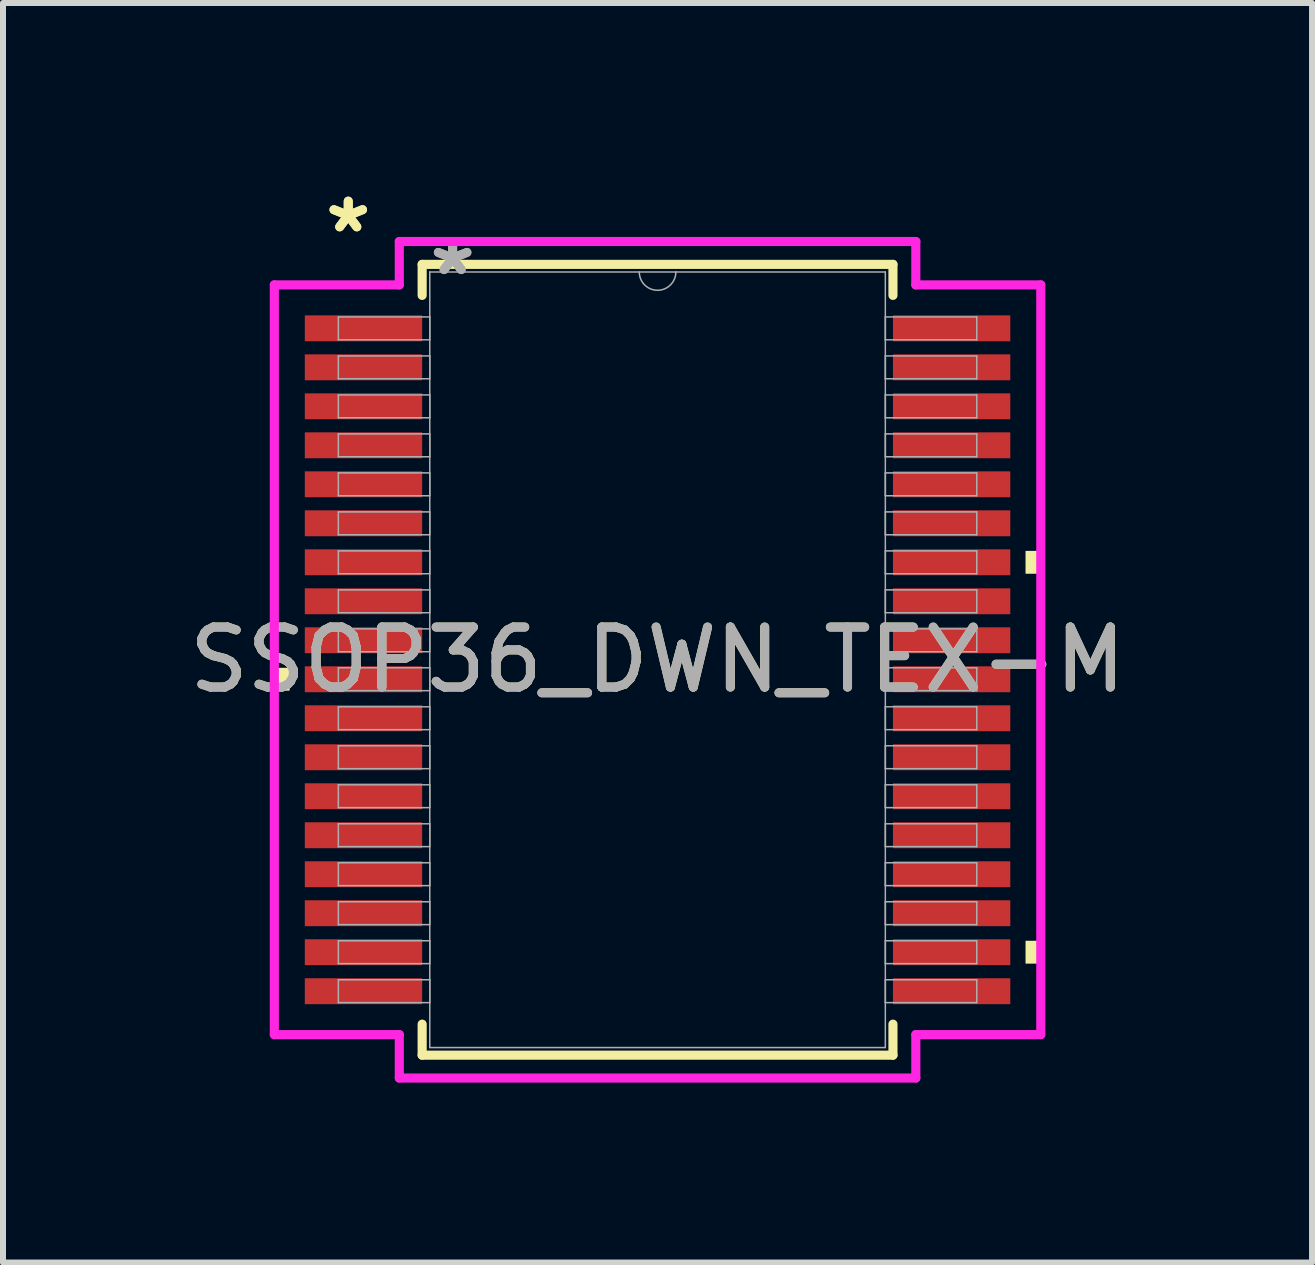
<source format=kicad_pcb>
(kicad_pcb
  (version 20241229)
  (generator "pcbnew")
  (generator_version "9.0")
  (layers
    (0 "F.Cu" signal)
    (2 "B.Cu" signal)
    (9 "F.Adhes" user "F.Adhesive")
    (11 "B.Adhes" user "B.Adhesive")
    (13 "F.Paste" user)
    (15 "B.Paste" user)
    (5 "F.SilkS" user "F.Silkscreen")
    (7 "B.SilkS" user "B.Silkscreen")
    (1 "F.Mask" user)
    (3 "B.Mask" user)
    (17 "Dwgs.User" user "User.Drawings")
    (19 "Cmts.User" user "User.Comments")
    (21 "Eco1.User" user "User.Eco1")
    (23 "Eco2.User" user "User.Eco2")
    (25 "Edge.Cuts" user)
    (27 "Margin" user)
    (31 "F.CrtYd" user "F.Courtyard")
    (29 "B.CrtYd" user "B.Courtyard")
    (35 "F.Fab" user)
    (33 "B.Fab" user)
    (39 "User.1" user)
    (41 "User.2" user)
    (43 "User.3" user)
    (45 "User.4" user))
  (footprint "SSOP36_DWN_TEX-M"
    (layer "F.Cu")
    (at 7.911 7.948)
    (property "Reference" "SSOP36_DWN_TEX-M" (at 0 0 0) (unlocked yes) (layer "F.SilkS") (effects (font (size 1 1) (thickness 0.15))))
    (attr smd)
    (fp_line (start -3.924 -6.591) (end -3.924 -6.074) (stroke (width 0.152) (type solid)) (layer "F.SilkS"))
    (fp_line (start -3.924 6.074) (end -3.924 6.591) (stroke (width 0.152) (type solid)) (layer "F.SilkS"))
    (fp_line (start -3.924 6.591) (end 3.924 6.591) (stroke (width 0.152) (type solid)) (layer "F.SilkS"))
    (fp_line (start 3.924 -6.591) (end -3.924 -6.591) (stroke (width 0.152) (type solid)) (layer "F.SilkS"))
    (fp_line (start 3.924 -6.074) (end 3.924 -6.591) (stroke (width 0.152) (type solid)) (layer "F.SilkS"))
    (fp_line (start 3.924 6.591) (end 3.924 6.074) (stroke (width 0.152) (type solid)) (layer "F.SilkS"))
    (fp_poly (pts (xy -6.388 0.134) (xy -6.388 0.515) (xy -6.134 0.515) (xy -6.134 0.134)) (stroke (width 0) (type solid)) (fill yes) (layer "F.SilkS"))
    (fp_poly (pts (xy 6.388 -1.815) (xy 6.388 -1.434) (xy 6.134 -1.434) (xy 6.134 -1.815)) (stroke (width 0) (type solid)) (fill yes) (layer "F.SilkS"))
    (fp_poly (pts (xy 6.388 4.684) (xy 6.388 5.065) (xy 6.134 5.065) (xy 6.134 4.684)) (stroke (width 0) (type solid)) (fill yes) (layer "F.SilkS"))
    (fp_line (start -6.388 -6.249) (end -4.305 -6.249) (stroke (width 0.152) (type solid)) (layer "F.CrtYd"))
    (fp_line (start -6.388 6.249) (end -6.388 -6.249) (stroke (width 0.152) (type solid)) (layer "F.CrtYd"))
    (fp_line (start -6.388 6.249) (end -4.305 6.249) (stroke (width 0.152) (type solid)) (layer "F.CrtYd"))
    (fp_line (start -4.305 -6.972) (end 4.305 -6.972) (stroke (width 0.152) (type solid)) (layer "F.CrtYd"))
    (fp_line (start -4.305 -6.249) (end -4.305 -6.972) (stroke (width 0.152) (type solid)) (layer "F.CrtYd"))
    (fp_line (start -4.305 6.972) (end -4.305 6.249) (stroke (width 0.152) (type solid)) (layer "F.CrtYd"))
    (fp_line (start 4.305 -6.972) (end 4.305 -6.249) (stroke (width 0.152) (type solid)) (layer "F.CrtYd"))
    (fp_line (start 4.305 6.249) (end 4.305 6.972) (stroke (width 0.152) (type solid)) (layer "F.CrtYd"))
    (fp_line (start 4.305 6.972) (end -4.305 6.972) (stroke (width 0.152) (type solid)) (layer "F.CrtYd"))
    (fp_line (start 6.388 -6.249) (end 4.305 -6.249) (stroke (width 0.152) (type solid)) (layer "F.CrtYd"))
    (fp_line (start 6.388 -6.249) (end 6.388 6.249) (stroke (width 0.152) (type solid)) (layer "F.CrtYd"))
    (fp_line (start 6.388 6.249) (end 4.305 6.249) (stroke (width 0.152) (type solid)) (layer "F.CrtYd"))
    (fp_line (start -5.321 -5.715) (end -5.321 -5.334) (stroke (width 0.025) (type solid)) (layer "F.Fab"))
    (fp_line (start -5.321 -5.334) (end -3.797 -5.334) (stroke (width 0.025) (type solid)) (layer "F.Fab"))
    (fp_line (start -5.321 -5.065) (end -5.321 -4.684) (stroke (width 0.025) (type solid)) (layer "F.Fab"))
    (fp_line (start -5.321 -4.684) (end -3.797 -4.684) (stroke (width 0.025) (type solid)) (layer "F.Fab"))
    (fp_line (start -5.321 -4.415) (end -5.321 -4.034) (stroke (width 0.025) (type solid)) (layer "F.Fab"))
    (fp_line (start -5.321 -4.034) (end -3.797 -4.034) (stroke (width 0.025) (type solid)) (layer "F.Fab"))
    (fp_line (start -5.321 -3.765) (end -5.321 -3.384) (stroke (width 0.025) (type solid)) (layer "F.Fab"))
    (fp_line (start -5.321 -3.384) (end -3.797 -3.384) (stroke (width 0.025) (type solid)) (layer "F.Fab"))
    (fp_line (start -5.321 -3.115) (end -5.321 -2.734) (stroke (width 0.025) (type solid)) (layer "F.Fab"))
    (fp_line (start -5.321 -2.734) (end -3.797 -2.734) (stroke (width 0.025) (type solid)) (layer "F.Fab"))
    (fp_line (start -5.321 -2.465) (end -5.321 -2.084) (stroke (width 0.025) (type solid)) (layer "F.Fab"))
    (fp_line (start -5.321 -2.084) (end -3.797 -2.084) (stroke (width 0.025) (type solid)) (layer "F.Fab"))
    (fp_line (start -5.321 -1.815) (end -5.321 -1.434) (stroke (width 0.025) (type solid)) (layer "F.Fab"))
    (fp_line (start -5.321 -1.434) (end -3.797 -1.434) (stroke (width 0.025) (type solid)) (layer "F.Fab"))
    (fp_line (start -5.321 -1.165) (end -5.321 -0.784) (stroke (width 0.025) (type solid)) (layer "F.Fab"))
    (fp_line (start -5.321 -0.784) (end -3.797 -0.784) (stroke (width 0.025) (type solid)) (layer "F.Fab"))
    (fp_line (start -5.321 -0.515) (end -5.321 -0.134) (stroke (width 0.025) (type solid)) (layer "F.Fab"))
    (fp_line (start -5.321 -0.134) (end -3.797 -0.134) (stroke (width 0.025) (type solid)) (layer "F.Fab"))
    (fp_line (start -5.321 0.134) (end -5.321 0.515) (stroke (width 0.025) (type solid)) (layer "F.Fab"))
    (fp_line (start -5.321 0.515) (end -3.797 0.515) (stroke (width 0.025) (type solid)) (layer "F.Fab"))
    (fp_line (start -5.321 0.784) (end -5.321 1.165) (stroke (width 0.025) (type solid)) (layer "F.Fab"))
    (fp_line (start -5.321 1.165) (end -3.797 1.165) (stroke (width 0.025) (type solid)) (layer "F.Fab"))
    (fp_line (start -5.321 1.434) (end -5.321 1.815) (stroke (width 0.025) (type solid)) (layer "F.Fab"))
    (fp_line (start -5.321 1.815) (end -3.797 1.815) (stroke (width 0.025) (type solid)) (layer "F.Fab"))
    (fp_line (start -5.321 2.084) (end -5.321 2.465) (stroke (width 0.025) (type solid)) (layer "F.Fab"))
    (fp_line (start -5.321 2.465) (end -3.797 2.465) (stroke (width 0.025) (type solid)) (layer "F.Fab"))
    (fp_line (start -5.321 2.734) (end -5.321 3.115) (stroke (width 0.025) (type solid)) (layer "F.Fab"))
    (fp_line (start -5.321 3.115) (end -3.797 3.115) (stroke (width 0.025) (type solid)) (layer "F.Fab"))
    (fp_line (start -5.321 3.384) (end -5.321 3.765) (stroke (width 0.025) (type solid)) (layer "F.Fab"))
    (fp_line (start -5.321 3.765) (end -3.797 3.765) (stroke (width 0.025) (type solid)) (layer "F.Fab"))
    (fp_line (start -5.321 4.034) (end -5.321 4.415) (stroke (width 0.025) (type solid)) (layer "F.Fab"))
    (fp_line (start -5.321 4.415) (end -3.797 4.415) (stroke (width 0.025) (type solid)) (layer "F.Fab"))
    (fp_line (start -5.321 4.684) (end -5.321 5.065) (stroke (width 0.025) (type solid)) (layer "F.Fab"))
    (fp_line (start -5.321 5.065) (end -3.797 5.065) (stroke (width 0.025) (type solid)) (layer "F.Fab"))
    (fp_line (start -5.321 5.334) (end -5.321 5.715) (stroke (width 0.025) (type solid)) (layer "F.Fab"))
    (fp_line (start -5.321 5.715) (end -3.797 5.715) (stroke (width 0.025) (type solid)) (layer "F.Fab"))
    (fp_line (start -3.797 -6.464) (end -3.797 6.464) (stroke (width 0.025) (type solid)) (layer "F.Fab"))
    (fp_line (start -3.797 -5.715) (end -5.321 -5.715) (stroke (width 0.025) (type solid)) (layer "F.Fab"))
    (fp_line (start -3.797 -5.334) (end -3.797 -5.715) (stroke (width 0.025) (type solid)) (layer "F.Fab"))
    (fp_line (start -3.797 -5.065) (end -5.321 -5.065) (stroke (width 0.025) (type solid)) (layer "F.Fab"))
    (fp_line (start -3.797 -4.684) (end -3.797 -5.065) (stroke (width 0.025) (type solid)) (layer "F.Fab"))
    (fp_line (start -3.797 -4.415) (end -5.321 -4.415) (stroke (width 0.025) (type solid)) (layer "F.Fab"))
    (fp_line (start -3.797 -4.034) (end -3.797 -4.415) (stroke (width 0.025) (type solid)) (layer "F.Fab"))
    (fp_line (start -3.797 -3.765) (end -5.321 -3.765) (stroke (width 0.025) (type solid)) (layer "F.Fab"))
    (fp_line (start -3.797 -3.384) (end -3.797 -3.765) (stroke (width 0.025) (type solid)) (layer "F.Fab"))
    (fp_line (start -3.797 -3.115) (end -5.321 -3.115) (stroke (width 0.025) (type solid)) (layer "F.Fab"))
    (fp_line (start -3.797 -2.734) (end -3.797 -3.115) (stroke (width 0.025) (type solid)) (layer "F.Fab"))
    (fp_line (start -3.797 -2.465) (end -5.321 -2.465) (stroke (width 0.025) (type solid)) (layer "F.Fab"))
    (fp_line (start -3.797 -2.084) (end -3.797 -2.465) (stroke (width 0.025) (type solid)) (layer "F.Fab"))
    (fp_line (start -3.797 -1.815) (end -5.321 -1.815) (stroke (width 0.025) (type solid)) (layer "F.Fab"))
    (fp_line (start -3.797 -1.434) (end -3.797 -1.815) (stroke (width 0.025) (type solid)) (layer "F.Fab"))
    (fp_line (start -3.797 -1.165) (end -5.321 -1.165) (stroke (width 0.025) (type solid)) (layer "F.Fab"))
    (fp_line (start -3.797 -0.784) (end -3.797 -1.165) (stroke (width 0.025) (type solid)) (layer "F.Fab"))
    (fp_line (start -3.797 -0.515) (end -5.321 -0.515) (stroke (width 0.025) (type solid)) (layer "F.Fab"))
    (fp_line (start -3.797 -0.134) (end -3.797 -0.515) (stroke (width 0.025) (type solid)) (layer "F.Fab"))
    (fp_line (start -3.797 0.134) (end -5.321 0.134) (stroke (width 0.025) (type solid)) (layer "F.Fab"))
    (fp_line (start -3.797 0.515) (end -3.797 0.134) (stroke (width 0.025) (type solid)) (layer "F.Fab"))
    (fp_line (start -3.797 0.784) (end -5.321 0.784) (stroke (width 0.025) (type solid)) (layer "F.Fab"))
    (fp_line (start -3.797 1.165) (end -3.797 0.784) (stroke (width 0.025) (type solid)) (layer "F.Fab"))
    (fp_line (start -3.797 1.434) (end -5.321 1.434) (stroke (width 0.025) (type solid)) (layer "F.Fab"))
    (fp_line (start -3.797 1.815) (end -3.797 1.434) (stroke (width 0.025) (type solid)) (layer "F.Fab"))
    (fp_line (start -3.797 2.084) (end -5.321 2.084) (stroke (width 0.025) (type solid)) (layer "F.Fab"))
    (fp_line (start -3.797 2.465) (end -3.797 2.084) (stroke (width 0.025) (type solid)) (layer "F.Fab"))
    (fp_line (start -3.797 2.734) (end -5.321 2.734) (stroke (width 0.025) (type solid)) (layer "F.Fab"))
    (fp_line (start -3.797 3.115) (end -3.797 2.734) (stroke (width 0.025) (type solid)) (layer "F.Fab"))
    (fp_line (start -3.797 3.384) (end -5.321 3.384) (stroke (width 0.025) (type solid)) (layer "F.Fab"))
    (fp_line (start -3.797 3.765) (end -3.797 3.384) (stroke (width 0.025) (type solid)) (layer "F.Fab"))
    (fp_line (start -3.797 4.034) (end -5.321 4.034) (stroke (width 0.025) (type solid)) (layer "F.Fab"))
    (fp_line (start -3.797 4.415) (end -3.797 4.034) (stroke (width 0.025) (type solid)) (layer "F.Fab"))
    (fp_line (start -3.797 4.684) (end -5.321 4.684) (stroke (width 0.025) (type solid)) (layer "F.Fab"))
    (fp_line (start -3.797 5.065) (end -3.797 4.684) (stroke (width 0.025) (type solid)) (layer "F.Fab"))
    (fp_line (start -3.797 5.334) (end -5.321 5.334) (stroke (width 0.025) (type solid)) (layer "F.Fab"))
    (fp_line (start -3.797 5.715) (end -3.797 5.334) (stroke (width 0.025) (type solid)) (layer "F.Fab"))
    (fp_line (start -3.797 6.464) (end 3.797 6.464) (stroke (width 0.025) (type solid)) (layer "F.Fab"))
    (fp_line (start 3.797 -6.464) (end -3.797 -6.464) (stroke (width 0.025) (type solid)) (layer "F.Fab"))
    (fp_line (start 3.797 -5.715) (end 3.797 -5.334) (stroke (width 0.025) (type solid)) (layer "F.Fab"))
    (fp_line (start 3.797 -5.334) (end 5.321 -5.334) (stroke (width 0.025) (type solid)) (layer "F.Fab"))
    (fp_line (start 3.797 -5.065) (end 3.797 -4.684) (stroke (width 0.025) (type solid)) (layer "F.Fab"))
    (fp_line (start 3.797 -4.684) (end 5.321 -4.684) (stroke (width 0.025) (type solid)) (layer "F.Fab"))
    (fp_line (start 3.797 -4.415) (end 3.797 -4.034) (stroke (width 0.025) (type solid)) (layer "F.Fab"))
    (fp_line (start 3.797 -4.034) (end 5.321 -4.034) (stroke (width 0.025) (type solid)) (layer "F.Fab"))
    (fp_line (start 3.797 -3.765) (end 3.797 -3.384) (stroke (width 0.025) (type solid)) (layer "F.Fab"))
    (fp_line (start 3.797 -3.384) (end 5.321 -3.384) (stroke (width 0.025) (type solid)) (layer "F.Fab"))
    (fp_line (start 3.797 -3.115) (end 3.797 -2.734) (stroke (width 0.025) (type solid)) (layer "F.Fab"))
    (fp_line (start 3.797 -2.734) (end 5.321 -2.734) (stroke (width 0.025) (type solid)) (layer "F.Fab"))
    (fp_line (start 3.797 -2.465) (end 3.797 -2.084) (stroke (width 0.025) (type solid)) (layer "F.Fab"))
    (fp_line (start 3.797 -2.084) (end 5.321 -2.084) (stroke (width 0.025) (type solid)) (layer "F.Fab"))
    (fp_line (start 3.797 -1.815) (end 3.797 -1.434) (stroke (width 0.025) (type solid)) (layer "F.Fab"))
    (fp_line (start 3.797 -1.434) (end 5.321 -1.434) (stroke (width 0.025) (type solid)) (layer "F.Fab"))
    (fp_line (start 3.797 -1.165) (end 3.797 -0.784) (stroke (width 0.025) (type solid)) (layer "F.Fab"))
    (fp_line (start 3.797 -0.784) (end 5.321 -0.784) (stroke (width 0.025) (type solid)) (layer "F.Fab"))
    (fp_line (start 3.797 -0.515) (end 3.797 -0.134) (stroke (width 0.025) (type solid)) (layer "F.Fab"))
    (fp_line (start 3.797 -0.134) (end 5.321 -0.134) (stroke (width 0.025) (type solid)) (layer "F.Fab"))
    (fp_line (start 3.797 0.134) (end 3.797 0.515) (stroke (width 0.025) (type solid)) (layer "F.Fab"))
    (fp_line (start 3.797 0.515) (end 5.321 0.515) (stroke (width 0.025) (type solid)) (layer "F.Fab"))
    (fp_line (start 3.797 0.784) (end 3.797 1.165) (stroke (width 0.025) (type solid)) (layer "F.Fab"))
    (fp_line (start 3.797 1.165) (end 5.321 1.165) (stroke (width 0.025) (type solid)) (layer "F.Fab"))
    (fp_line (start 3.797 1.434) (end 3.797 1.815) (stroke (width 0.025) (type solid)) (layer "F.Fab"))
    (fp_line (start 3.797 1.815) (end 5.321 1.815) (stroke (width 0.025) (type solid)) (layer "F.Fab"))
    (fp_line (start 3.797 2.084) (end 3.797 2.465) (stroke (width 0.025) (type solid)) (layer "F.Fab"))
    (fp_line (start 3.797 2.465) (end 5.321 2.465) (stroke (width 0.025) (type solid)) (layer "F.Fab"))
    (fp_line (start 3.797 2.734) (end 3.797 3.115) (stroke (width 0.025) (type solid)) (layer "F.Fab"))
    (fp_line (start 3.797 3.115) (end 5.321 3.115) (stroke (width 0.025) (type solid)) (layer "F.Fab"))
    (fp_line (start 3.797 3.384) (end 3.797 3.765) (stroke (width 0.025) (type solid)) (layer "F.Fab"))
    (fp_line (start 3.797 3.765) (end 5.321 3.765) (stroke (width 0.025) (type solid)) (layer "F.Fab"))
    (fp_line (start 3.797 4.034) (end 3.797 4.415) (stroke (width 0.025) (type solid)) (layer "F.Fab"))
    (fp_line (start 3.797 4.415) (end 5.321 4.415) (stroke (width 0.025) (type solid)) (layer "F.Fab"))
    (fp_line (start 3.797 4.684) (end 3.797 5.065) (stroke (width 0.025) (type solid)) (layer "F.Fab"))
    (fp_line (start 3.797 5.065) (end 5.321 5.065) (stroke (width 0.025) (type solid)) (layer "F.Fab"))
    (fp_line (start 3.797 5.334) (end 3.797 5.715) (stroke (width 0.025) (type solid)) (layer "F.Fab"))
    (fp_line (start 3.797 5.715) (end 5.321 5.715) (stroke (width 0.025) (type solid)) (layer "F.Fab"))
    (fp_line (start 3.797 6.464) (end 3.797 -6.464) (stroke (width 0.025) (type solid)) (layer "F.Fab"))
    (fp_line (start 5.321 -5.715) (end 3.797 -5.715) (stroke (width 0.025) (type solid)) (layer "F.Fab"))
    (fp_line (start 5.321 -5.334) (end 5.321 -5.715) (stroke (width 0.025) (type solid)) (layer "F.Fab"))
    (fp_line (start 5.321 -5.065) (end 3.797 -5.065) (stroke (width 0.025) (type solid)) (layer "F.Fab"))
    (fp_line (start 5.321 -4.684) (end 5.321 -5.065) (stroke (width 0.025) (type solid)) (layer "F.Fab"))
    (fp_line (start 5.321 -4.415) (end 3.797 -4.415) (stroke (width 0.025) (type solid)) (layer "F.Fab"))
    (fp_line (start 5.321 -4.034) (end 5.321 -4.415) (stroke (width 0.025) (type solid)) (layer "F.Fab"))
    (fp_line (start 5.321 -3.765) (end 3.797 -3.765) (stroke (width 0.025) (type solid)) (layer "F.Fab"))
    (fp_line (start 5.321 -3.384) (end 5.321 -3.765) (stroke (width 0.025) (type solid)) (layer "F.Fab"))
    (fp_line (start 5.321 -3.115) (end 3.797 -3.115) (stroke (width 0.025) (type solid)) (layer "F.Fab"))
    (fp_line (start 5.321 -2.734) (end 5.321 -3.115) (stroke (width 0.025) (type solid)) (layer "F.Fab"))
    (fp_line (start 5.321 -2.465) (end 3.797 -2.465) (stroke (width 0.025) (type solid)) (layer "F.Fab"))
    (fp_line (start 5.321 -2.084) (end 5.321 -2.465) (stroke (width 0.025) (type solid)) (layer "F.Fab"))
    (fp_line (start 5.321 -1.815) (end 3.797 -1.815) (stroke (width 0.025) (type solid)) (layer "F.Fab"))
    (fp_line (start 5.321 -1.434) (end 5.321 -1.815) (stroke (width 0.025) (type solid)) (layer "F.Fab"))
    (fp_line (start 5.321 -1.165) (end 3.797 -1.165) (stroke (width 0.025) (type solid)) (layer "F.Fab"))
    (fp_line (start 5.321 -0.784) (end 5.321 -1.165) (stroke (width 0.025) (type solid)) (layer "F.Fab"))
    (fp_line (start 5.321 -0.515) (end 3.797 -0.515) (stroke (width 0.025) (type solid)) (layer "F.Fab"))
    (fp_line (start 5.321 -0.134) (end 5.321 -0.515) (stroke (width 0.025) (type solid)) (layer "F.Fab"))
    (fp_line (start 5.321 0.134) (end 3.797 0.134) (stroke (width 0.025) (type solid)) (layer "F.Fab"))
    (fp_line (start 5.321 0.515) (end 5.321 0.134) (stroke (width 0.025) (type solid)) (layer "F.Fab"))
    (fp_line (start 5.321 0.784) (end 3.797 0.784) (stroke (width 0.025) (type solid)) (layer "F.Fab"))
    (fp_line (start 5.321 1.165) (end 5.321 0.784) (stroke (width 0.025) (type solid)) (layer "F.Fab"))
    (fp_line (start 5.321 1.434) (end 3.797 1.434) (stroke (width 0.025) (type solid)) (layer "F.Fab"))
    (fp_line (start 5.321 1.815) (end 5.321 1.434) (stroke (width 0.025) (type solid)) (layer "F.Fab"))
    (fp_line (start 5.321 2.084) (end 3.797 2.084) (stroke (width 0.025) (type solid)) (layer "F.Fab"))
    (fp_line (start 5.321 2.465) (end 5.321 2.084) (stroke (width 0.025) (type solid)) (layer "F.Fab"))
    (fp_line (start 5.321 2.734) (end 3.797 2.734) (stroke (width 0.025) (type solid)) (layer "F.Fab"))
    (fp_line (start 5.321 3.115) (end 5.321 2.734) (stroke (width 0.025) (type solid)) (layer "F.Fab"))
    (fp_line (start 5.321 3.384) (end 3.797 3.384) (stroke (width 0.025) (type solid)) (layer "F.Fab"))
    (fp_line (start 5.321 3.765) (end 5.321 3.384) (stroke (width 0.025) (type solid)) (layer "F.Fab"))
    (fp_line (start 5.321 4.034) (end 3.797 4.034) (stroke (width 0.025) (type solid)) (layer "F.Fab"))
    (fp_line (start 5.321 4.415) (end 5.321 4.034) (stroke (width 0.025) (type solid)) (layer "F.Fab"))
    (fp_line (start 5.321 4.684) (end 3.797 4.684) (stroke (width 0.025) (type solid)) (layer "F.Fab"))
    (fp_line (start 5.321 5.065) (end 5.321 4.684) (stroke (width 0.025) (type solid)) (layer "F.Fab"))
    (fp_line (start 5.321 5.334) (end 3.797 5.334) (stroke (width 0.025) (type solid)) (layer "F.Fab"))
    (fp_line (start 5.321 5.715) (end 5.321 5.334) (stroke (width 0.025) (type solid)) (layer "F.Fab"))
    (fp_arc (start 0.3048 -6.4643) (mid 0 -6.1595) (end -0.3048 -6.4643) (stroke (width 0.0254) (type solid)) (layer "F.Fab"))
    (fp_text user "*" (at -5.156 -7.1 0) (unlocked yes) (layer "F.SilkS") (effects (font (size 1 1) (thickness 0.15))))
    (fp_text user "*" (at -5.156 -7.1 0) (layer "F.SilkS") (effects (font (size 1 1) (thickness 0.15))))
    (fp_text user "*" (at -3.416 -6.388 0) (layer "F.Fab") (effects (font (size 1 1) (thickness 0.15))))
    (fp_text user "${REFERENCE}" (at 0 0 0) (unlocked yes) (layer "F.Fab") (effects (font (size 1 1) (thickness 0.15))))
    (fp_text user "*" (at -3.416 -6.388 0) (unlocked yes) (layer "F.Fab") (effects (font (size 1 1) (thickness 0.15))))
    (pad "1" smd rect (at -4.902 -5.525) (size 1.956 0.432) (layers "F.Cu" "F.Mask" "F.Paste"))
    (pad "2" smd rect (at -4.902 -4.875) (size 1.956 0.432) (layers "F.Cu" "F.Mask" "F.Paste"))
    (pad "3" smd rect (at -4.902 -4.225) (size 1.956 0.432) (layers "F.Cu" "F.Mask" "F.Paste"))
    (pad "4" smd rect (at -4.902 -3.575) (size 1.956 0.432) (layers "F.Cu" "F.Mask" "F.Paste"))
    (pad "5" smd rect (at -4.902 -2.925) (size 1.956 0.432) (layers "F.Cu" "F.Mask" "F.Paste"))
    (pad "6" smd rect (at -4.902 -2.275) (size 1.956 0.432) (layers "F.Cu" "F.Mask" "F.Paste"))
    (pad "7" smd rect (at -4.902 -1.625) (size 1.956 0.432) (layers "F.Cu" "F.Mask" "F.Paste"))
    (pad "8" smd rect (at -4.902 -0.975) (size 1.956 0.432) (layers "F.Cu" "F.Mask" "F.Paste"))
    (pad "9" smd rect (at -4.902 -0.325) (size 1.956 0.432) (layers "F.Cu" "F.Mask" "F.Paste"))
    (pad "10" smd rect (at -4.902 0.325) (size 1.956 0.432) (layers "F.Cu" "F.Mask" "F.Paste"))
    (pad "11" smd rect (at -4.902 0.975) (size 1.956 0.432) (layers "F.Cu" "F.Mask" "F.Paste"))
    (pad "12" smd rect (at -4.902 1.625) (size 1.956 0.432) (layers "F.Cu" "F.Mask" "F.Paste"))
    (pad "13" smd rect (at -4.902 2.275) (size 1.956 0.432) (layers "F.Cu" "F.Mask" "F.Paste"))
    (pad "14" smd rect (at -4.902 2.925) (size 1.956 0.432) (layers "F.Cu" "F.Mask" "F.Paste"))
    (pad "15" smd rect (at -4.902 3.575) (size 1.956 0.432) (layers "F.Cu" "F.Mask" "F.Paste"))
    (pad "16" smd rect (at -4.902 4.225) (size 1.956 0.432) (layers "F.Cu" "F.Mask" "F.Paste"))
    (pad "17" smd rect (at -4.902 4.875) (size 1.956 0.432) (layers "F.Cu" "F.Mask" "F.Paste"))
    (pad "18" smd rect (at -4.902 5.525) (size 1.956 0.432) (layers "F.Cu" "F.Mask" "F.Paste"))
    (pad "19" smd rect (at 4.902 5.525) (size 1.956 0.432) (layers "F.Cu" "F.Mask" "F.Paste"))
    (pad "20" smd rect (at 4.902 4.875) (size 1.956 0.432) (layers "F.Cu" "F.Mask" "F.Paste"))
    (pad "21" smd rect (at 4.902 4.225) (size 1.956 0.432) (layers "F.Cu" "F.Mask" "F.Paste"))
    (pad "22" smd rect (at 4.902 3.575) (size 1.956 0.432) (layers "F.Cu" "F.Mask" "F.Paste"))
    (pad "23" smd rect (at 4.902 2.925) (size 1.956 0.432) (layers "F.Cu" "F.Mask" "F.Paste"))
    (pad "24" smd rect (at 4.902 2.275) (size 1.956 0.432) (layers "F.Cu" "F.Mask" "F.Paste"))
    (pad "25" smd rect (at 4.902 1.625) (size 1.956 0.432) (layers "F.Cu" "F.Mask" "F.Paste"))
    (pad "26" smd rect (at 4.902 0.975) (size 1.956 0.432) (layers "F.Cu" "F.Mask" "F.Paste"))
    (pad "27" smd rect (at 4.902 0.325) (size 1.956 0.432) (layers "F.Cu" "F.Mask" "F.Paste"))
    (pad "28" smd rect (at 4.902 -0.325) (size 1.956 0.432) (layers "F.Cu" "F.Mask" "F.Paste"))
    (pad "29" smd rect (at 4.902 -0.975) (size 1.956 0.432) (layers "F.Cu" "F.Mask" "F.Paste"))
    (pad "30" smd rect (at 4.902 -1.625) (size 1.956 0.432) (layers "F.Cu" "F.Mask" "F.Paste"))
    (pad "31" smd rect (at 4.902 -2.275) (size 1.956 0.432) (layers "F.Cu" "F.Mask" "F.Paste"))
    (pad "32" smd rect (at 4.902 -2.925) (size 1.956 0.432) (layers "F.Cu" "F.Mask" "F.Paste"))
    (pad "33" smd rect (at 4.902 -3.575) (size 1.956 0.432) (layers "F.Cu" "F.Mask" "F.Paste"))
    (pad "34" smd rect (at 4.902 -4.225) (size 1.956 0.432) (layers "F.Cu" "F.Mask" "F.Paste"))
    (pad "35" smd rect (at 4.902 -4.875) (size 1.956 0.432) (layers "F.Cu" "F.Mask" "F.Paste"))
    (pad "36" smd rect (at 4.902 -5.525) (size 1.956 0.432) (layers "F.Cu" "F.Mask" "F.Paste")))
  (gr_rect
    (start -3 -3)
    (end 18.821 17.996)
    (stroke (width 0.1) (type default))
    (fill no)
    (layer "Edge.Cuts")))
</source>
